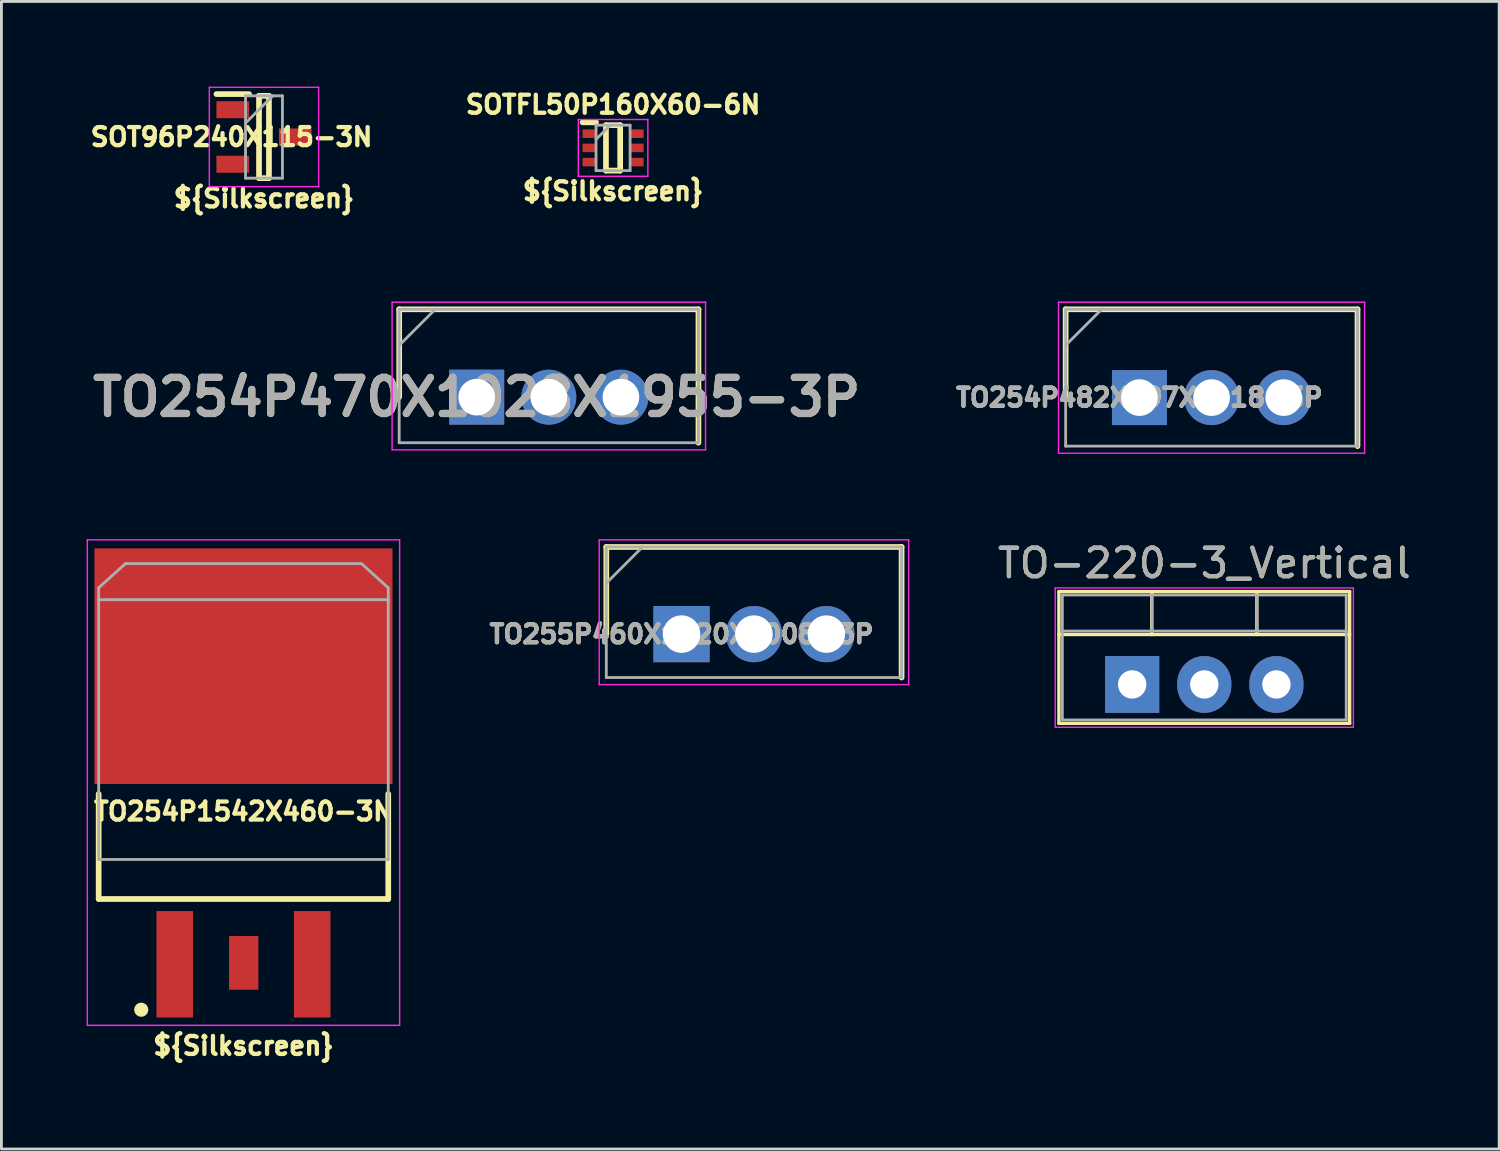
<source format=kicad_pcb>
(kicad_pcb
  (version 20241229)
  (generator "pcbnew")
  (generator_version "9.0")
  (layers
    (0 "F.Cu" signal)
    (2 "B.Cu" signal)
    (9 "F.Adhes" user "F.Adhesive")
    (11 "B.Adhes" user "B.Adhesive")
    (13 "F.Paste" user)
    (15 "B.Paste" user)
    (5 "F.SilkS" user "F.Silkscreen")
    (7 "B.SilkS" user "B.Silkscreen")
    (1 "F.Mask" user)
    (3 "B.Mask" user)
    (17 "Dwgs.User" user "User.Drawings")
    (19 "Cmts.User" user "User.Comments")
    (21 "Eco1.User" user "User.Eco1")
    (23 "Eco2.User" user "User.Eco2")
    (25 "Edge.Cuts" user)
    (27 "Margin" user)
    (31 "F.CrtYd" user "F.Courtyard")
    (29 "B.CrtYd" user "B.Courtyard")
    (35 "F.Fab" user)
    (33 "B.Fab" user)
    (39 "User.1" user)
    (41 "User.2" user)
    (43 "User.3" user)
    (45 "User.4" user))
  (footprint "TO-220-3_Vertical"
    (layer "F.Cu")
    (at 36.827 21.057)
    (property "Reference" "TO-220-3_Vertical" (at 2.54 -4.27 0) (layer "F.SilkS") (effects (font (size 1 1) (thickness 0.15))))
    (attr through_hole)
    (fp_line (start -2.58 -3.27) (end -2.58 1.371) (stroke (width 0.12) (type solid)) (layer "F.SilkS"))
    (fp_line (start -2.58 -3.27) (end 7.66 -3.27) (stroke (width 0.12) (type solid)) (layer "F.SilkS"))
    (fp_line (start -2.58 -1.76) (end 7.66 -1.76) (stroke (width 0.12) (type solid)) (layer "F.SilkS"))
    (fp_line (start -2.58 1.371) (end 7.66 1.371) (stroke (width 0.12) (type solid)) (layer "F.SilkS"))
    (fp_line (start 0.69 -3.27) (end 0.69 -1.76) (stroke (width 0.12) (type solid)) (layer "F.SilkS"))
    (fp_line (start 4.391 -3.27) (end 4.391 -1.76) (stroke (width 0.12) (type solid)) (layer "F.SilkS"))
    (fp_line (start 7.66 -3.27) (end 7.66 1.371) (stroke (width 0.12) (type solid)) (layer "F.SilkS"))
    (fp_line (start -2.71 -3.4) (end -2.71 1.51) (stroke (width 0.05) (type solid)) (layer "F.CrtYd"))
    (fp_line (start -2.71 1.51) (end 7.79 1.51) (stroke (width 0.05) (type solid)) (layer "F.CrtYd"))
    (fp_line (start 7.79 -3.4) (end -2.71 -3.4) (stroke (width 0.05) (type solid)) (layer "F.CrtYd"))
    (fp_line (start 7.79 1.51) (end 7.79 -3.4) (stroke (width 0.05) (type solid)) (layer "F.CrtYd"))
    (fp_line (start -2.46 -3.15) (end -2.46 1.25) (stroke (width 0.1) (type solid)) (layer "F.Fab"))
    (fp_line (start -2.46 -1.88) (end 7.54 -1.88) (stroke (width 0.1) (type solid)) (layer "F.Fab"))
    (fp_line (start -2.46 1.25) (end 7.54 1.25) (stroke (width 0.1) (type solid)) (layer "F.Fab"))
    (fp_line (start 0.69 -3.15) (end 0.69 -1.88) (stroke (width 0.1) (type solid)) (layer "F.Fab"))
    (fp_line (start 4.39 -3.15) (end 4.39 -1.88) (stroke (width 0.1) (type solid)) (layer "F.Fab"))
    (fp_line (start 7.54 -3.15) (end -2.46 -3.15) (stroke (width 0.1) (type solid)) (layer "F.Fab"))
    (fp_line (start 7.54 1.25) (end 7.54 -3.15) (stroke (width 0.1) (type solid)) (layer "F.Fab"))
    (fp_text user "${REFERENCE}" (at 2.54 -4.27 0) (layer "F.Fab") (effects (font (size 1 1) (thickness 0.15))))
    (pad "1" thru_hole rect (at 0 0) (size 1.905 2) (drill 1) (layers "*.Cu" "*.Mask"))
    (pad "2" thru_hole oval (at 2.54 0) (size 1.905 2) (drill 1) (layers "*.Cu" "*.Mask"))
    (pad "3" thru_hole oval (at 5.08 0) (size 1.905 2) (drill 1) (layers "*.Cu" "*.Mask")))
  (footprint "TO254P482X997X2018-3P"
    (layer "F.Cu")
    (at 37.083 10.954)
    (property "Reference" "TO254P482X997X2018-3P" (at 0 0 0) (layer "F.SilkS") (effects (font (size 0.635 0.635) (thickness 0.15))))
    (attr through_hole)
    (fp_line (start -2.6 -3.11) (end -2.6 0) (stroke (width 0.2) (type solid)) (layer "F.SilkS"))
    (fp_line (start 7.68 -3.11) (end -2.6 -3.11) (stroke (width 0.2) (type solid)) (layer "F.SilkS"))
    (fp_line (start 7.68 1.71) (end 7.68 -3.11) (stroke (width 0.2) (type solid)) (layer "F.SilkS"))
    (fp_line (start -2.85 -3.36) (end 7.93 -3.36) (stroke (width 0.05) (type solid)) (layer "F.CrtYd"))
    (fp_line (start -2.85 1.96) (end -2.85 -3.36) (stroke (width 0.05) (type solid)) (layer "F.CrtYd"))
    (fp_line (start 7.93 -3.36) (end 7.93 1.96) (stroke (width 0.05) (type solid)) (layer "F.CrtYd"))
    (fp_line (start 7.93 1.96) (end -2.85 1.96) (stroke (width 0.05) (type solid)) (layer "F.CrtYd"))
    (fp_line (start -2.6 -3.11) (end 7.68 -3.11) (stroke (width 0.1) (type solid)) (layer "F.Fab"))
    (fp_line (start -2.6 -1.84) (end -1.33 -3.11) (stroke (width 0.1) (type solid)) (layer "F.Fab"))
    (fp_line (start -2.6 1.71) (end -2.6 -3.11) (stroke (width 0.1) (type solid)) (layer "F.Fab"))
    (fp_line (start 7.68 -3.11) (end 7.68 1.71) (stroke (width 0.1) (type solid)) (layer "F.Fab"))
    (fp_line (start 7.68 1.71) (end -2.6 1.71) (stroke (width 0.1) (type solid)) (layer "F.Fab"))
    (fp_text user "${REFERENCE}" (at 0 0 0) (layer "F.Fab") (effects (font (size 0.635 0.635) (thickness 0.15))))
    (pad "1" thru_hole rect (at 0 0) (size 1.935 1.935) (drill 1.29) (layers "*.Cu" "*.Mask"))
    (pad "2" thru_hole circle (at 2.54 0) (size 1.935 1.935) (drill 1.29) (layers "*.Cu" "*.Mask"))
    (pad "3" thru_hole circle (at 5.08 0) (size 1.935 1.935) (drill 1.29) (layers "*.Cu" "*.Mask")))
  (footprint "SOT96P240X115-3N"
    (layer "F.Cu")
    (at 6.248 1.775)
    (property "Reference" "SOT96P240X115-3N" (at -1.143 0 0) (layer "F.SilkS") (effects (font (size 0.635 0.635) (thickness 0.15))))
    (property "Silkscreen" "${Silkscreen}" (at 0 2.159 0) (layer "F.SilkS") (effects (font (size 0.635 0.635) (thickness 0.15))))
    (attr smd)
    (fp_line (start -1.675 -1.51) (end -0.525 -1.51) (stroke (width 0.2) (type solid)) (layer "F.SilkS"))
    (fp_line (start -0.175 -1.45) (end 0.175 -1.45) (stroke (width 0.2) (type solid)) (layer "F.SilkS"))
    (fp_line (start -0.175 1.45) (end -0.175 -1.45) (stroke (width 0.2) (type solid)) (layer "F.SilkS"))
    (fp_line (start 0.175 -1.45) (end 0.175 1.45) (stroke (width 0.2) (type solid)) (layer "F.SilkS"))
    (fp_line (start 0.175 1.45) (end -0.175 1.45) (stroke (width 0.2) (type solid)) (layer "F.SilkS"))
    (fp_line (start -1.925 -1.75) (end 1.925 -1.75) (stroke (width 0.05) (type solid)) (layer "F.CrtYd"))
    (fp_line (start -1.925 1.75) (end -1.925 -1.75) (stroke (width 0.05) (type solid)) (layer "F.CrtYd"))
    (fp_line (start 1.925 -1.75) (end 1.925 1.75) (stroke (width 0.05) (type solid)) (layer "F.CrtYd"))
    (fp_line (start 1.925 1.75) (end -1.925 1.75) (stroke (width 0.05) (type solid)) (layer "F.CrtYd"))
    (fp_line (start -0.65 -1.45) (end 0.65 -1.45) (stroke (width 0.1) (type solid)) (layer "F.Fab"))
    (fp_line (start -0.65 -0.49) (end 0.31 -1.45) (stroke (width 0.1) (type solid)) (layer "F.Fab"))
    (fp_line (start -0.65 1.45) (end -0.65 -1.45) (stroke (width 0.1) (type solid)) (layer "F.Fab"))
    (fp_line (start 0.65 -1.45) (end 0.65 1.45) (stroke (width 0.1) (type solid)) (layer "F.Fab"))
    (fp_line (start 0.65 1.45) (end -0.65 1.45) (stroke (width 0.1) (type solid)) (layer "F.Fab"))
    (pad "1" smd rect (at -1.1 -0.96 90) (size 0.6 1.15) (layers "F.Cu" "F.Mask" "F.Paste"))
    (pad "2" smd rect (at -1.1 0.96 90) (size 0.6 1.15) (layers "F.Cu" "F.Mask" "F.Paste"))
    (pad "3" smd rect (at 1.1 0 90) (size 0.6 1.15) (layers "F.Cu" "F.Mask" "F.Paste")))
  (footprint "SOTFL50P160X60-6N"
    (layer "F.Cu")
    (at 18.543 2.159)
    (property "Reference" "SOTFL50P160X60-6N" (at 0 -1.524 0) (layer "F.SilkS") (effects (font (size 0.635 0.635) (thickness 0.15))))
    (property "Silkscreen" "${Silkscreen}" (at 0 1.524 0) (layer "F.SilkS") (effects (font (size 0.635 0.635) (thickness 0.15))))
    (attr smd)
    (fp_line (start -1.075 -0.9) (end -0.6 -0.9) (stroke (width 0.2) (type solid)) (layer "F.SilkS"))
    (fp_line (start -0.25 -0.8) (end 0.25 -0.8) (stroke (width 0.2) (type solid)) (layer "F.SilkS"))
    (fp_line (start -0.25 0.8) (end -0.25 -0.8) (stroke (width 0.2) (type solid)) (layer "F.SilkS"))
    (fp_line (start 0.25 -0.8) (end 0.25 0.8) (stroke (width 0.2) (type solid)) (layer "F.SilkS"))
    (fp_line (start 0.25 0.8) (end -0.25 0.8) (stroke (width 0.2) (type solid)) (layer "F.SilkS"))
    (fp_line (start -1.225 -1) (end 1.225 -1) (stroke (width 0.05) (type solid)) (layer "F.CrtYd"))
    (fp_line (start -1.225 1) (end -1.225 -1) (stroke (width 0.05) (type solid)) (layer "F.CrtYd"))
    (fp_line (start 1.225 -1) (end 1.225 1) (stroke (width 0.05) (type solid)) (layer "F.CrtYd"))
    (fp_line (start 1.225 1) (end -1.225 1) (stroke (width 0.05) (type solid)) (layer "F.CrtYd"))
    (fp_line (start -0.6 -0.8) (end 0.6 -0.8) (stroke (width 0.1) (type solid)) (layer "F.Fab"))
    (fp_line (start -0.6 -0.3) (end -0.1 -0.8) (stroke (width 0.1) (type solid)) (layer "F.Fab"))
    (fp_line (start -0.6 0.8) (end -0.6 -0.8) (stroke (width 0.1) (type solid)) (layer "F.Fab"))
    (fp_line (start 0.6 -0.8) (end 0.6 0.8) (stroke (width 0.1) (type solid)) (layer "F.Fab"))
    (fp_line (start 0.6 0.8) (end -0.6 0.8) (stroke (width 0.1) (type solid)) (layer "F.Fab"))
    (pad "1" smd rect (at -0.838 -0.5 90) (size 0.3 0.475) (layers "F.Cu" "F.Mask" "F.Paste"))
    (pad "2" smd rect (at -0.838 0 90) (size 0.3 0.475) (layers "F.Cu" "F.Mask" "F.Paste"))
    (pad "3" smd rect (at -0.838 0.5 90) (size 0.3 0.475) (layers "F.Cu" "F.Mask" "F.Paste"))
    (pad "4" smd rect (at 0.838 0.5 90) (size 0.3 0.475) (layers "F.Cu" "F.Mask" "F.Paste"))
    (pad "5" smd rect (at 0.838 0 90) (size 0.3 0.475) (layers "F.Cu" "F.Mask" "F.Paste"))
    (pad "6" smd rect (at 0.838 -0.5 90) (size 0.3 0.475) (layers "F.Cu" "F.Mask" "F.Paste")))
  (footprint "TO255P460X1020X2008-3P"
    (layer "F.Cu")
    (at 20.955 19.284)
    (property "Reference" "TO255P460X1020X2008-3P" (at 0 0 0) (layer "F.SilkS") (effects (font (size 0.635 0.635) (thickness 0.15))))
    (attr through_hole)
    (fp_line (start -2.65 -3.07) (end -2.65 0) (stroke (width 0.2) (type solid)) (layer "F.SilkS"))
    (fp_line (start 7.75 -3.07) (end -2.65 -3.07) (stroke (width 0.2) (type solid)) (layer "F.SilkS"))
    (fp_line (start 7.75 1.53) (end 7.75 -3.07) (stroke (width 0.2) (type solid)) (layer "F.SilkS"))
    (fp_line (start -2.9 -3.32) (end 8 -3.32) (stroke (width 0.05) (type solid)) (layer "F.CrtYd"))
    (fp_line (start -2.9 1.78) (end -2.9 -3.32) (stroke (width 0.05) (type solid)) (layer "F.CrtYd"))
    (fp_line (start 8 -3.32) (end 8 1.78) (stroke (width 0.05) (type solid)) (layer "F.CrtYd"))
    (fp_line (start 8 1.78) (end -2.9 1.78) (stroke (width 0.05) (type solid)) (layer "F.CrtYd"))
    (fp_line (start -2.65 -3.07) (end 7.75 -3.07) (stroke (width 0.1) (type solid)) (layer "F.Fab"))
    (fp_line (start -2.65 -1.795) (end -1.375 -3.07) (stroke (width 0.1) (type solid)) (layer "F.Fab"))
    (fp_line (start -2.65 1.53) (end -2.65 -3.07) (stroke (width 0.1) (type solid)) (layer "F.Fab"))
    (fp_line (start 7.75 -3.07) (end 7.75 1.53) (stroke (width 0.1) (type solid)) (layer "F.Fab"))
    (fp_line (start 7.75 1.53) (end -2.65 1.53) (stroke (width 0.1) (type solid)) (layer "F.Fab"))
    (fp_text user "${REFERENCE}" (at 0 0 0) (layer "F.Fab") (effects (font (size 0.635 0.635) (thickness 0.15))))
    (pad "1" thru_hole rect (at 0 0) (size 1.98 1.98) (drill 1.32) (layers "*.Cu" "*.Mask"))
    (pad "2" thru_hole circle (at 2.55 0) (size 1.98 1.98) (drill 1.32) (layers "*.Cu" "*.Mask"))
    (pad "3" thru_hole circle (at 5.1 0) (size 1.98 1.98) (drill 1.32) (layers "*.Cu" "*.Mask")))
  (footprint "TO254P470X1028X1955-3P"
    (layer "F.Cu")
    (at 13.74 10.939)
    (property "Reference" "TO254P470X1028X1955-3P" (at 0 0 0) (layer "F.SilkS") (effects (font (size 1.27 1.27) (thickness 0.254))))
    (attr through_hole)
    (fp_line (start -2.73 -3.095) (end -2.73 0) (stroke (width 0.2) (type solid)) (layer "F.SilkS"))
    (fp_line (start 7.81 -3.095) (end -2.73 -3.095) (stroke (width 0.2) (type solid)) (layer "F.SilkS"))
    (fp_line (start 7.81 1.605) (end 7.81 -3.095) (stroke (width 0.2) (type solid)) (layer "F.SilkS"))
    (fp_line (start -2.98 -3.345) (end 8.06 -3.345) (stroke (width 0.05) (type solid)) (layer "F.CrtYd"))
    (fp_line (start -2.98 1.855) (end -2.98 -3.345) (stroke (width 0.05) (type solid)) (layer "F.CrtYd"))
    (fp_line (start 8.06 -3.345) (end 8.06 1.855) (stroke (width 0.05) (type solid)) (layer "F.CrtYd"))
    (fp_line (start 8.06 1.855) (end -2.98 1.855) (stroke (width 0.05) (type solid)) (layer "F.CrtYd"))
    (fp_line (start -2.73 -3.095) (end 7.81 -3.095) (stroke (width 0.1) (type solid)) (layer "F.Fab"))
    (fp_line (start -2.73 -1.825) (end -1.46 -3.095) (stroke (width 0.1) (type solid)) (layer "F.Fab"))
    (fp_line (start -2.73 1.605) (end -2.73 -3.095) (stroke (width 0.1) (type solid)) (layer "F.Fab"))
    (fp_line (start 7.81 -3.095) (end 7.81 1.605) (stroke (width 0.1) (type solid)) (layer "F.Fab"))
    (fp_line (start 7.81 1.605) (end -2.73 1.605) (stroke (width 0.1) (type solid)) (layer "F.Fab"))
    (fp_text user "${REFERENCE}" (at 0 0 0) (layer "F.Fab") (effects (font (size 1.27 1.27) (thickness 0.254))))
    (pad "1" thru_hole rect (at 0 0) (size 1.935 1.935) (drill 1.29) (layers "*.Cu" "*.Mask"))
    (pad "2" thru_hole circle (at 2.54 0) (size 1.935 1.935) (drill 1.29) (layers "*.Cu" "*.Mask"))
    (pad "3" thru_hole circle (at 5.08 0) (size 1.935 1.935) (drill 1.29) (layers "*.Cu" "*.Mask")))
  (footprint "TO254P1542X460-3N"
    (layer "F.Cu")
    (at 5.525 24.514)
    (property "Reference" "TO254P1542X460-3N" (at 0 1.016 180) (layer "F.SilkS") (effects (font (size 0.635 0.635) (thickness 0.15))))
    (property "Silkscreen" "${Silkscreen}" (at 0 9.271 180) (layer "F.SilkS") (effects (font (size 0.635 0.635) (thickness 0.15))))
    (attr smd)
    (fp_line (start -5.1 4.1) (end -5.1 0.4) (stroke (width 0.2) (type solid)) (layer "F.SilkS"))
    (fp_line (start 5.1 0.4) (end 5.1 4.1) (stroke (width 0.2) (type solid)) (layer "F.SilkS"))
    (fp_line (start 5.1 4.1) (end -5.1 4.1) (stroke (width 0.2) (type solid)) (layer "F.SilkS"))
    (fp_circle (center -3.6 8) (end -3.475 8) (stroke (width 0.25) (type solid)) (fill no) (layer "F.SilkS"))
    (fp_line (start -5.5 -8.55) (end -5.5 8.55) (stroke (width 0.05) (type solid)) (layer "F.CrtYd"))
    (fp_line (start -5.5 8.55) (end 5.5 8.55) (stroke (width 0.05) (type solid)) (layer "F.CrtYd"))
    (fp_line (start -5.2 -6.542) (end -5.2 2.808) (stroke (width 0.001) (type solid)) (layer "F.CrtYd"))
    (fp_line (start -5.2 2.808) (end 5.2 2.808) (stroke (width 0.001) (type solid)) (layer "F.CrtYd"))
    (fp_line (start 5.2 -6.542) (end -5.2 -6.542) (stroke (width 0.001) (type solid)) (layer "F.CrtYd"))
    (fp_line (start 5.2 2.808) (end 5.2 -6.542) (stroke (width 0.001) (type solid)) (layer "F.CrtYd"))
    (fp_line (start 5.5 -8.55) (end -5.5 -8.55) (stroke (width 0.05) (type solid)) (layer "F.CrtYd"))
    (fp_line (start 5.5 8.55) (end 5.5 -8.55) (stroke (width 0.05) (type solid)) (layer "F.CrtYd"))
    (fp_line (start -5.1 -6.861) (end -5.1 -6.442) (stroke (width 0.1) (type solid)) (layer "F.Fab"))
    (fp_line (start -5.1 -6.442) (end -5.1 2.708) (stroke (width 0.1) (type solid)) (layer "F.Fab"))
    (fp_line (start -5.1 2.708) (end 5.1 2.708) (stroke (width 0.1) (type solid)) (layer "F.Fab"))
    (fp_line (start -4.157 -7.712) (end -5.1 -6.861) (stroke (width 0.1) (type solid)) (layer "F.Fab"))
    (fp_line (start 4.157 -7.712) (end -4.157 -7.712) (stroke (width 0.1) (type solid)) (layer "F.Fab"))
    (fp_line (start 5.1 -6.861) (end 4.157 -7.712) (stroke (width 0.1) (type solid)) (layer "F.Fab"))
    (fp_line (start 5.1 -6.442) (end -5.1 -6.442) (stroke (width 0.1) (type solid)) (layer "F.Fab"))
    (fp_line (start 5.1 -6.442) (end 5.1 -6.861) (stroke (width 0.1) (type solid)) (layer "F.Fab"))
    (fp_line (start 5.1 2.708) (end 5.1 -6.442) (stroke (width 0.1) (type solid)) (layer "F.Fab"))
    (pad "1" smd rect (at -2.421 6.4 180) (size 1.287 3.75) (layers "F.Cu" "F.Mask" "F.Paste"))
    (pad "2" smd rect (at 0.009 6.35 180) (size 1.033 1.89) (layers "F.Cu" "F.Mask" "F.Paste"))
    (pad "3" smd rect (at 2.421 6.4 180) (size 1.287 3.75) (layers "F.Cu" "F.Mask" "F.Paste"))
    (pad "4" smd rect (at 0 -4.1 90) (size 8.3 10.5) (layers "F.Cu" "F.Mask" "F.Paste")))
  (gr_rect
    (start -3 -3)
    (end 49.753 37.419)
    (stroke (width 0.1) (type default))
    (fill no)
    (layer "Edge.Cuts")))
</source>
